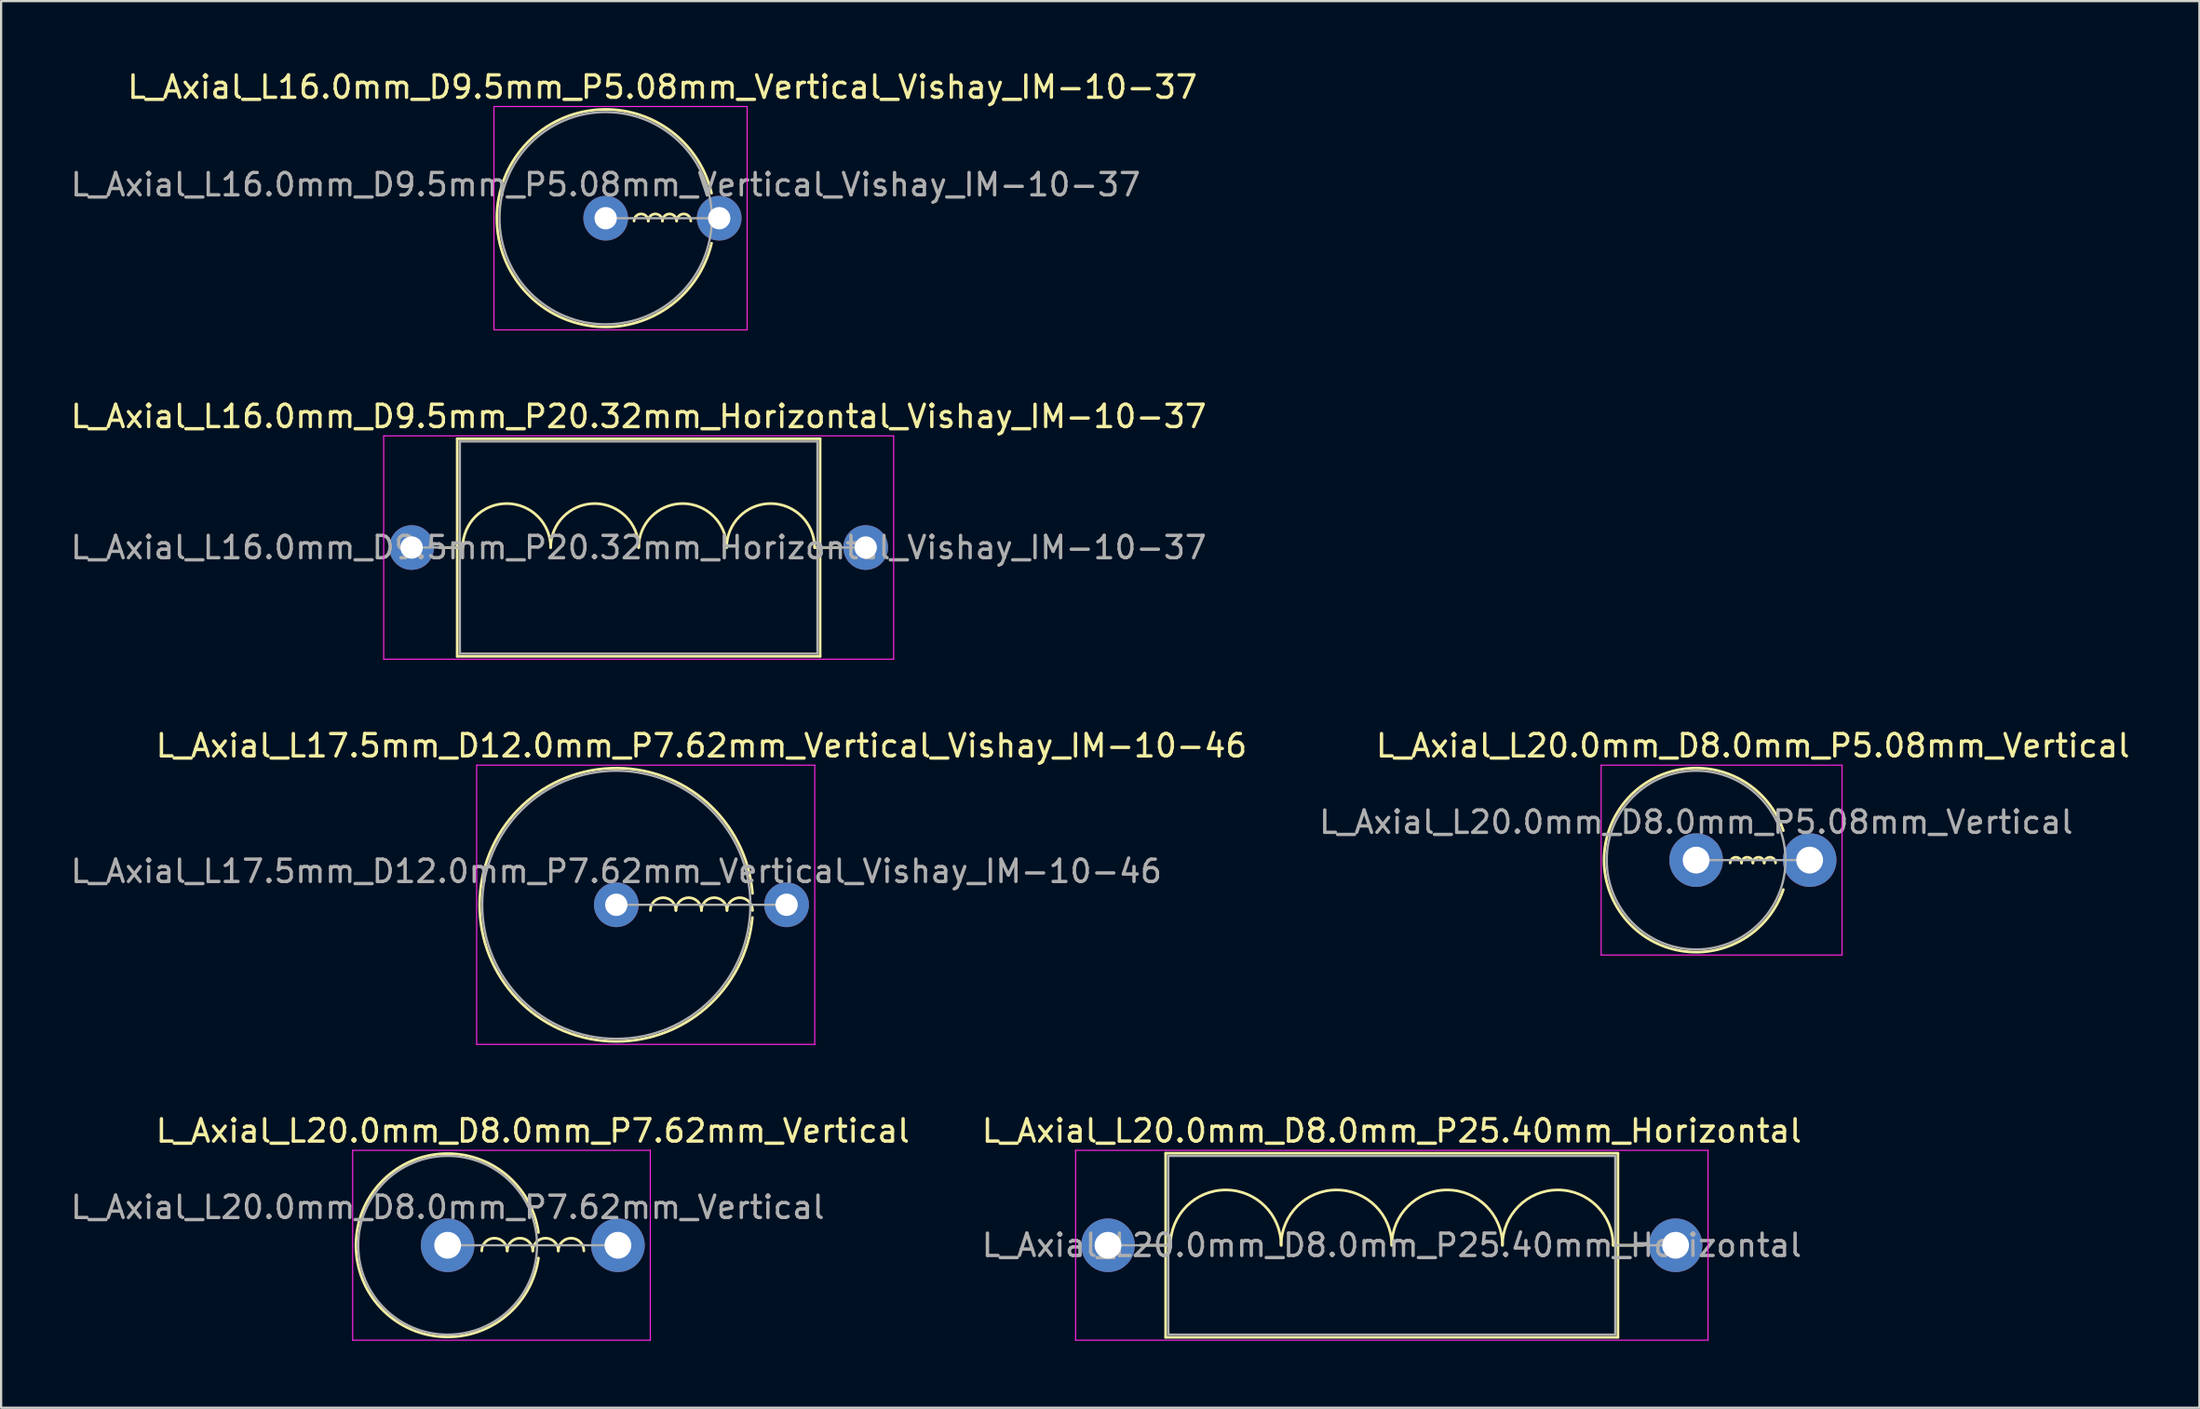
<source format=kicad_pcb>
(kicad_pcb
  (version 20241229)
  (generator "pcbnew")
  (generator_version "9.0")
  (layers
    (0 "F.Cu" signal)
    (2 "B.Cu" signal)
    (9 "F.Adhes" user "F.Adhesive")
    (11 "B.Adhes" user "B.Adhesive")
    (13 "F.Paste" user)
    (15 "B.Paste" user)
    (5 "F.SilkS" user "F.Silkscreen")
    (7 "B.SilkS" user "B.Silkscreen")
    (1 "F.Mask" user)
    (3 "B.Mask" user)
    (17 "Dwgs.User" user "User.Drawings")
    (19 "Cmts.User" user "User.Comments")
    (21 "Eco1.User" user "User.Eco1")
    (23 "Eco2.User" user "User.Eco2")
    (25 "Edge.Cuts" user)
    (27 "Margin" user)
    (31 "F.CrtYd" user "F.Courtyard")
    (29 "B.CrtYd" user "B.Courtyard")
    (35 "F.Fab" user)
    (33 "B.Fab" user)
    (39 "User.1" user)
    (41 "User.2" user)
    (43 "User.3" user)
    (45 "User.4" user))
  (footprint "L_Axial_L17.5mm_D12.0mm_P7.62mm_Vertical_Vishay_IM-10-46"
    (layer "F.Cu")
    (at 24.53 37.455)
    (property "Reference" "L_Axial_L17.5mm_D12.0mm_P7.62mm_Vertical_Vishay_IM-10-46" (at 3.81 -7.12 0) (layer "F.SilkS") (effects (font (size 1 1) (thickness 0.15))))
    (attr through_hole)
    (fp_arc (start 1.524 0.254) (mid 2.0955 -0.3175) (end 2.667 0.254) (stroke (width 0.12) (type solid)) (layer "F.SilkS"))
    (fp_arc (start 2.667 0.254) (mid 3.2385 -0.3175) (end 3.81 0.254) (stroke (width 0.12) (type solid)) (layer "F.SilkS"))
    (fp_arc (start 3.81 0.254) (mid 4.3815 -0.3175) (end 4.953 0.254) (stroke (width 0.12) (type solid)) (layer "F.SilkS"))
    (fp_arc (start 4.953 0.254) (mid 5.5245 -0.3175) (end 6.096 0.254) (stroke (width 0.12) (type solid)) (layer "F.SilkS"))
    (fp_arc (start 6.090424 0.570977) (mid -6.117048 -0.031612) (end 6.096 -0.508) (stroke (width 0.12) (type solid)) (layer "F.SilkS"))
    (fp_line (start -6.25 -6.25) (end -6.25 6.25) (stroke (width 0.05) (type solid)) (layer "F.CrtYd"))
    (fp_line (start -6.25 6.25) (end 8.88 6.25) (stroke (width 0.05) (type solid)) (layer "F.CrtYd"))
    (fp_line (start 8.88 -6.25) (end -6.25 -6.25) (stroke (width 0.05) (type solid)) (layer "F.CrtYd"))
    (fp_line (start 8.88 6.25) (end 8.88 -6.25) (stroke (width 0.05) (type solid)) (layer "F.CrtYd"))
    (fp_line (start 0 0) (end 7.62 0) (stroke (width 0.1) (type solid)) (layer "F.Fab"))
    (fp_circle (center 0 0) (end 6 0) (stroke (width 0.1) (type solid)) (fill no) (layer "F.Fab"))
    (fp_text user "${REFERENCE}" (at 0 -1.5 0) (layer "F.Fab") (effects (font (size 1 1) (thickness 0.15))))
    (pad "1" thru_hole circle (at 0 0) (size 2 2) (drill 1) (layers "*.Cu" "*.Mask"))
    (pad "2" thru_hole oval (at 7.62 0) (size 2 2) (drill 1) (layers "*.Cu" "*.Mask")))
  (footprint "L_Axial_L16.0mm_D9.5mm_P20.32mm_Horizontal_Vishay_IM-10-37"
    (layer "F.Cu")
    (at 15.37 21.462)
    (property "Reference" "L_Axial_L16.0mm_D9.5mm_P20.32mm_Horizontal_Vishay_IM-10-37" (at 10.16 -5.87 0) (layer "F.SilkS") (effects (font (size 1 1) (thickness 0.15))))
    (attr through_hole)
    (fp_line (start 1.24 0) (end 2.04 0) (stroke (width 0.12) (type solid)) (layer "F.SilkS"))
    (fp_line (start 2.04 -4.87) (end 2.04 4.87) (stroke (width 0.12) (type solid)) (layer "F.SilkS"))
    (fp_line (start 2.04 4.87) (end 18.28 4.87) (stroke (width 0.12) (type solid)) (layer "F.SilkS"))
    (fp_line (start 2.286 0) (end 2.04 0) (stroke (width 0.12) (type solid)) (layer "F.SilkS"))
    (fp_line (start 18.034 0) (end 18.288 0) (stroke (width 0.12) (type solid)) (layer "F.SilkS"))
    (fp_line (start 18.28 -4.87) (end 2.04 -4.87) (stroke (width 0.12) (type solid)) (layer "F.SilkS"))
    (fp_line (start 18.28 4.87) (end 18.28 -4.87) (stroke (width 0.12) (type solid)) (layer "F.SilkS"))
    (fp_line (start 19.08 0) (end 18.28 0) (stroke (width 0.12) (type solid)) (layer "F.SilkS"))
    (fp_arc (start 2.286 0) (mid 4.2545 -1.9685) (end 6.223 0) (stroke (width 0.12) (type solid)) (layer "F.SilkS"))
    (fp_arc (start 6.223 0) (mid 8.1915 -1.9685) (end 10.16 0) (stroke (width 0.12) (type solid)) (layer "F.SilkS"))
    (fp_arc (start 10.16 0) (mid 12.1285 -1.9685) (end 14.097 0) (stroke (width 0.12) (type solid)) (layer "F.SilkS"))
    (fp_arc (start 14.097 0) (mid 16.0655 -1.9685) (end 18.034 0) (stroke (width 0.12) (type solid)) (layer "F.SilkS"))
    (fp_line (start -1.25 -5) (end -1.25 5) (stroke (width 0.05) (type solid)) (layer "F.CrtYd"))
    (fp_line (start -1.25 5) (end 21.57 5) (stroke (width 0.05) (type solid)) (layer "F.CrtYd"))
    (fp_line (start 21.57 -5) (end -1.25 -5) (stroke (width 0.05) (type solid)) (layer "F.CrtYd"))
    (fp_line (start 21.57 5) (end 21.57 -5) (stroke (width 0.05) (type solid)) (layer "F.CrtYd"))
    (fp_line (start 0 0) (end 2.16 0) (stroke (width 0.1) (type solid)) (layer "F.Fab"))
    (fp_line (start 2.16 -4.75) (end 2.16 4.75) (stroke (width 0.1) (type solid)) (layer "F.Fab"))
    (fp_line (start 2.16 4.75) (end 18.16 4.75) (stroke (width 0.1) (type solid)) (layer "F.Fab"))
    (fp_line (start 18.16 -4.75) (end 2.16 -4.75) (stroke (width 0.1) (type solid)) (layer "F.Fab"))
    (fp_line (start 18.16 4.75) (end 18.16 -4.75) (stroke (width 0.1) (type solid)) (layer "F.Fab"))
    (fp_line (start 20.32 0) (end 18.16 0) (stroke (width 0.1) (type solid)) (layer "F.Fab"))
    (fp_text user "${REFERENCE}" (at 10.16 0 0) (layer "F.Fab") (effects (font (size 1 1) (thickness 0.15))))
    (pad "1" thru_hole circle (at 0 0) (size 2 2) (drill 1) (layers "*.Cu" "*.Mask"))
    (pad "2" thru_hole oval (at 20.32 0) (size 2 2) (drill 1) (layers "*.Cu" "*.Mask")))
  (footprint "L_Axial_L20.0mm_D8.0mm_P25.40mm_Horizontal"
    (layer "F.Cu")
    (at 46.533 52.698)
    (property "Reference" "L_Axial_L20.0mm_D8.0mm_P25.40mm_Horizontal" (at 12.7 -5.12 0) (layer "F.SilkS") (effects (font (size 1 1) (thickness 0.15))))
    (attr through_hole)
    (fp_line (start 1.44 0) (end 2.58 0) (stroke (width 0.12) (type solid)) (layer "F.SilkS"))
    (fp_line (start 2.58 -4.12) (end 2.58 4.12) (stroke (width 0.12) (type solid)) (layer "F.SilkS"))
    (fp_line (start 2.58 4.12) (end 22.82 4.12) (stroke (width 0.12) (type solid)) (layer "F.SilkS"))
    (fp_line (start 2.794 0) (end 2.54 0) (stroke (width 0.12) (type solid)) (layer "F.SilkS"))
    (fp_line (start 22.606 0) (end 22.82 0) (stroke (width 0.12) (type solid)) (layer "F.SilkS"))
    (fp_line (start 22.82 -4.12) (end 2.58 -4.12) (stroke (width 0.12) (type solid)) (layer "F.SilkS"))
    (fp_line (start 22.82 4.12) (end 22.82 -4.12) (stroke (width 0.12) (type solid)) (layer "F.SilkS"))
    (fp_line (start 23.96 0) (end 22.82 0) (stroke (width 0.12) (type solid)) (layer "F.SilkS"))
    (fp_arc (start 2.794 0) (mid 5.2705 -2.4765) (end 7.747 0) (stroke (width 0.12) (type solid)) (layer "F.SilkS"))
    (fp_arc (start 7.747 0) (mid 10.2235 -2.4765) (end 12.7 0) (stroke (width 0.12) (type solid)) (layer "F.SilkS"))
    (fp_arc (start 12.7 0) (mid 15.1765 -2.4765) (end 17.653 0) (stroke (width 0.12) (type solid)) (layer "F.SilkS"))
    (fp_arc (start 17.653 0) (mid 20.1295 -2.4765) (end 22.606 0) (stroke (width 0.12) (type solid)) (layer "F.SilkS"))
    (fp_line (start -1.45 -4.25) (end -1.45 4.25) (stroke (width 0.05) (type solid)) (layer "F.CrtYd"))
    (fp_line (start -1.45 4.25) (end 26.85 4.25) (stroke (width 0.05) (type solid)) (layer "F.CrtYd"))
    (fp_line (start 26.85 -4.25) (end -1.45 -4.25) (stroke (width 0.05) (type solid)) (layer "F.CrtYd"))
    (fp_line (start 26.85 4.25) (end 26.85 -4.25) (stroke (width 0.05) (type solid)) (layer "F.CrtYd"))
    (fp_line (start 0 0) (end 2.7 0) (stroke (width 0.1) (type solid)) (layer "F.Fab"))
    (fp_line (start 2.7 -4) (end 2.7 4) (stroke (width 0.1) (type solid)) (layer "F.Fab"))
    (fp_line (start 2.7 4) (end 22.7 4) (stroke (width 0.1) (type solid)) (layer "F.Fab"))
    (fp_line (start 22.7 -4) (end 2.7 -4) (stroke (width 0.1) (type solid)) (layer "F.Fab"))
    (fp_line (start 22.7 4) (end 22.7 -4) (stroke (width 0.1) (type solid)) (layer "F.Fab"))
    (fp_line (start 25.4 0) (end 22.7 0) (stroke (width 0.1) (type solid)) (layer "F.Fab"))
    (fp_text user "${REFERENCE}" (at 12.7 0 0) (layer "F.Fab") (effects (font (size 1 1) (thickness 0.15))))
    (pad "1" thru_hole circle (at 0 0) (size 2.4 2.4) (drill 1.2) (layers "*.Cu" "*.Mask"))
    (pad "2" thru_hole oval (at 25.4 0) (size 2.4 2.4) (drill 1.2) (layers "*.Cu" "*.Mask")))
  (footprint "L_Axial_L20.0mm_D8.0mm_P5.08mm_Vertical"
    (layer "F.Cu")
    (at 72.852 35.455)
    (property "Reference" "L_Axial_L20.0mm_D8.0mm_P5.08mm_Vertical" (at 2.54 -5.12 0) (layer "F.SilkS") (effects (font (size 1 1) (thickness 0.15))))
    (attr through_hole)
    (fp_arc (start 1.524 0.127) (mid 1.778 -0.127) (end 2.032 0.127) (stroke (width 0.12) (type solid)) (layer "F.SilkS"))
    (fp_arc (start 2.032 0.127) (mid 2.286 -0.127) (end 2.54 0.127) (stroke (width 0.12) (type solid)) (layer "F.SilkS"))
    (fp_arc (start 2.54 0.127) (mid 2.794 -0.127) (end 3.048 0.127) (stroke (width 0.12) (type solid)) (layer "F.SilkS"))
    (fp_arc (start 3.048 0.127) (mid 3.302 -0.127) (end 3.556 0.127) (stroke (width 0.12) (type solid)) (layer "F.SilkS"))
    (fp_arc (start 3.902819 1.32) (mid -4.12 0) (end 3.902819 -1.32) (stroke (width 0.12) (type solid)) (layer "F.SilkS"))
    (fp_line (start -4.25 -4.25) (end -4.25 4.25) (stroke (width 0.05) (type solid)) (layer "F.CrtYd"))
    (fp_line (start -4.25 4.25) (end 6.53 4.25) (stroke (width 0.05) (type solid)) (layer "F.CrtYd"))
    (fp_line (start 6.53 -4.25) (end -4.25 -4.25) (stroke (width 0.05) (type solid)) (layer "F.CrtYd"))
    (fp_line (start 6.53 4.25) (end 6.53 -4.25) (stroke (width 0.05) (type solid)) (layer "F.CrtYd"))
    (fp_line (start 0 0) (end 5.08 0) (stroke (width 0.1) (type solid)) (layer "F.Fab"))
    (fp_circle (center 0 0) (end 4 0) (stroke (width 0.1) (type solid)) (fill no) (layer "F.Fab"))
    (fp_text user "${REFERENCE}" (at 0 -1.7 0) (layer "F.Fab") (effects (font (size 1 1) (thickness 0.15))))
    (pad "1" thru_hole circle (at 0 0) (size 2.4 2.4) (drill 1.2) (layers "*.Cu" "*.Mask"))
    (pad "2" thru_hole oval (at 5.08 0) (size 2.4 2.4) (drill 1.2) (layers "*.Cu" "*.Mask")))
  (footprint "L_Axial_L16.0mm_D9.5mm_P5.08mm_Vertical_Vishay_IM-10-37"
    (layer "F.Cu")
    (at 24.054 6.718)
    (property "Reference" "L_Axial_L16.0mm_D9.5mm_P5.08mm_Vertical_Vishay_IM-10-37" (at 2.54 -5.87 0) (layer "F.SilkS") (effects (font (size 1 1) (thickness 0.15))))
    (attr through_hole)
    (fp_arc (start 1.27 0.127) (mid 1.5875 -0.1905) (end 1.905 0.127) (stroke (width 0.12) (type solid)) (layer "F.SilkS"))
    (fp_arc (start 1.905 0.127) (mid 2.2225 -0.1905) (end 2.54 0.127) (stroke (width 0.12) (type solid)) (layer "F.SilkS"))
    (fp_arc (start 2.54 0.127) (mid 2.8575 -0.1905) (end 3.175 0.127) (stroke (width 0.12) (type solid)) (layer "F.SilkS"))
    (fp_arc (start 3.175 0.127) (mid 3.4925 -0.1905) (end 3.81 0.127) (stroke (width 0.12) (type solid)) (layer "F.SilkS"))
    (fp_arc (start 4.739462 1.12) (mid -4.87 0) (end 4.739462 -1.12) (stroke (width 0.12) (type solid)) (layer "F.SilkS"))
    (fp_line (start -5 -5) (end -5 5) (stroke (width 0.05) (type solid)) (layer "F.CrtYd"))
    (fp_line (start -5 5) (end 6.33 5) (stroke (width 0.05) (type solid)) (layer "F.CrtYd"))
    (fp_line (start 6.33 -5) (end -5 -5) (stroke (width 0.05) (type solid)) (layer "F.CrtYd"))
    (fp_line (start 6.33 5) (end 6.33 -5) (stroke (width 0.05) (type solid)) (layer "F.CrtYd"))
    (fp_line (start 0 0) (end 5.08 0) (stroke (width 0.1) (type solid)) (layer "F.Fab"))
    (fp_circle (center 0 0) (end 4.75 0) (stroke (width 0.1) (type solid)) (fill no) (layer "F.Fab"))
    (fp_text user "${REFERENCE}" (at 0 -1.5 0) (layer "F.Fab") (effects (font (size 1 1) (thickness 0.15))))
    (pad "1" thru_hole circle (at 0 0) (size 2 2) (drill 1) (layers "*.Cu" "*.Mask"))
    (pad "2" thru_hole oval (at 5.08 0) (size 2 2) (drill 1) (layers "*.Cu" "*.Mask")))
  (footprint "L_Axial_L20.0mm_D8.0mm_P7.62mm_Vertical"
    (layer "F.Cu")
    (at 16.982 52.698)
    (property "Reference" "L_Axial_L20.0mm_D8.0mm_P7.62mm_Vertical" (at 3.81 -5.12 0) (layer "F.SilkS") (effects (font (size 1 1) (thickness 0.15))))
    (attr through_hole)
    (fp_arc (start 1.524 0.254) (mid 2.0955 -0.3175) (end 2.667 0.254) (stroke (width 0.12) (type solid)) (layer "F.SilkS"))
    (fp_arc (start 2.667 0.254) (mid 3.2385 -0.3175) (end 3.81 0.254) (stroke (width 0.12) (type solid)) (layer "F.SilkS"))
    (fp_arc (start 3.81 0.254) (mid 4.3815 -0.3175) (end 4.953 0.254) (stroke (width 0.12) (type solid)) (layer "F.SilkS"))
    (fp_arc (start 4.064 0.5715) (mid -4.103987 0) (end 4.064 -0.5715) (stroke (width 0.12) (type solid)) (layer "F.SilkS"))
    (fp_arc (start 4.953 0.254) (mid 5.5245 -0.3175) (end 6.096 0.254) (stroke (width 0.12) (type solid)) (layer "F.SilkS"))
    (fp_line (start -4.25 -4.25) (end -4.25 4.25) (stroke (width 0.05) (type solid)) (layer "F.CrtYd"))
    (fp_line (start -4.25 4.25) (end 9.07 4.25) (stroke (width 0.05) (type solid)) (layer "F.CrtYd"))
    (fp_line (start 9.07 -4.25) (end -4.25 -4.25) (stroke (width 0.05) (type solid)) (layer "F.CrtYd"))
    (fp_line (start 9.07 4.25) (end 9.07 -4.25) (stroke (width 0.05) (type solid)) (layer "F.CrtYd"))
    (fp_line (start 0 0) (end 7.62 0) (stroke (width 0.1) (type solid)) (layer "F.Fab"))
    (fp_circle (center 0 0) (end 4 0) (stroke (width 0.1) (type solid)) (fill no) (layer "F.Fab"))
    (fp_text user "${REFERENCE}" (at 0 -1.7 0) (layer "F.Fab") (effects (font (size 1 1) (thickness 0.15))))
    (pad "1" thru_hole circle (at 0 0) (size 2.4 2.4) (drill 1.2) (layers "*.Cu" "*.Mask"))
    (pad "2" thru_hole oval (at 7.62 0) (size 2.4 2.4) (drill 1.2) (layers "*.Cu" "*.Mask")))
  (gr_rect
    (start -3 -3)
    (end 95.374 59.973)
    (stroke (width 0.1) (type default))
    (fill no)
    (layer "Edge.Cuts")))
</source>
